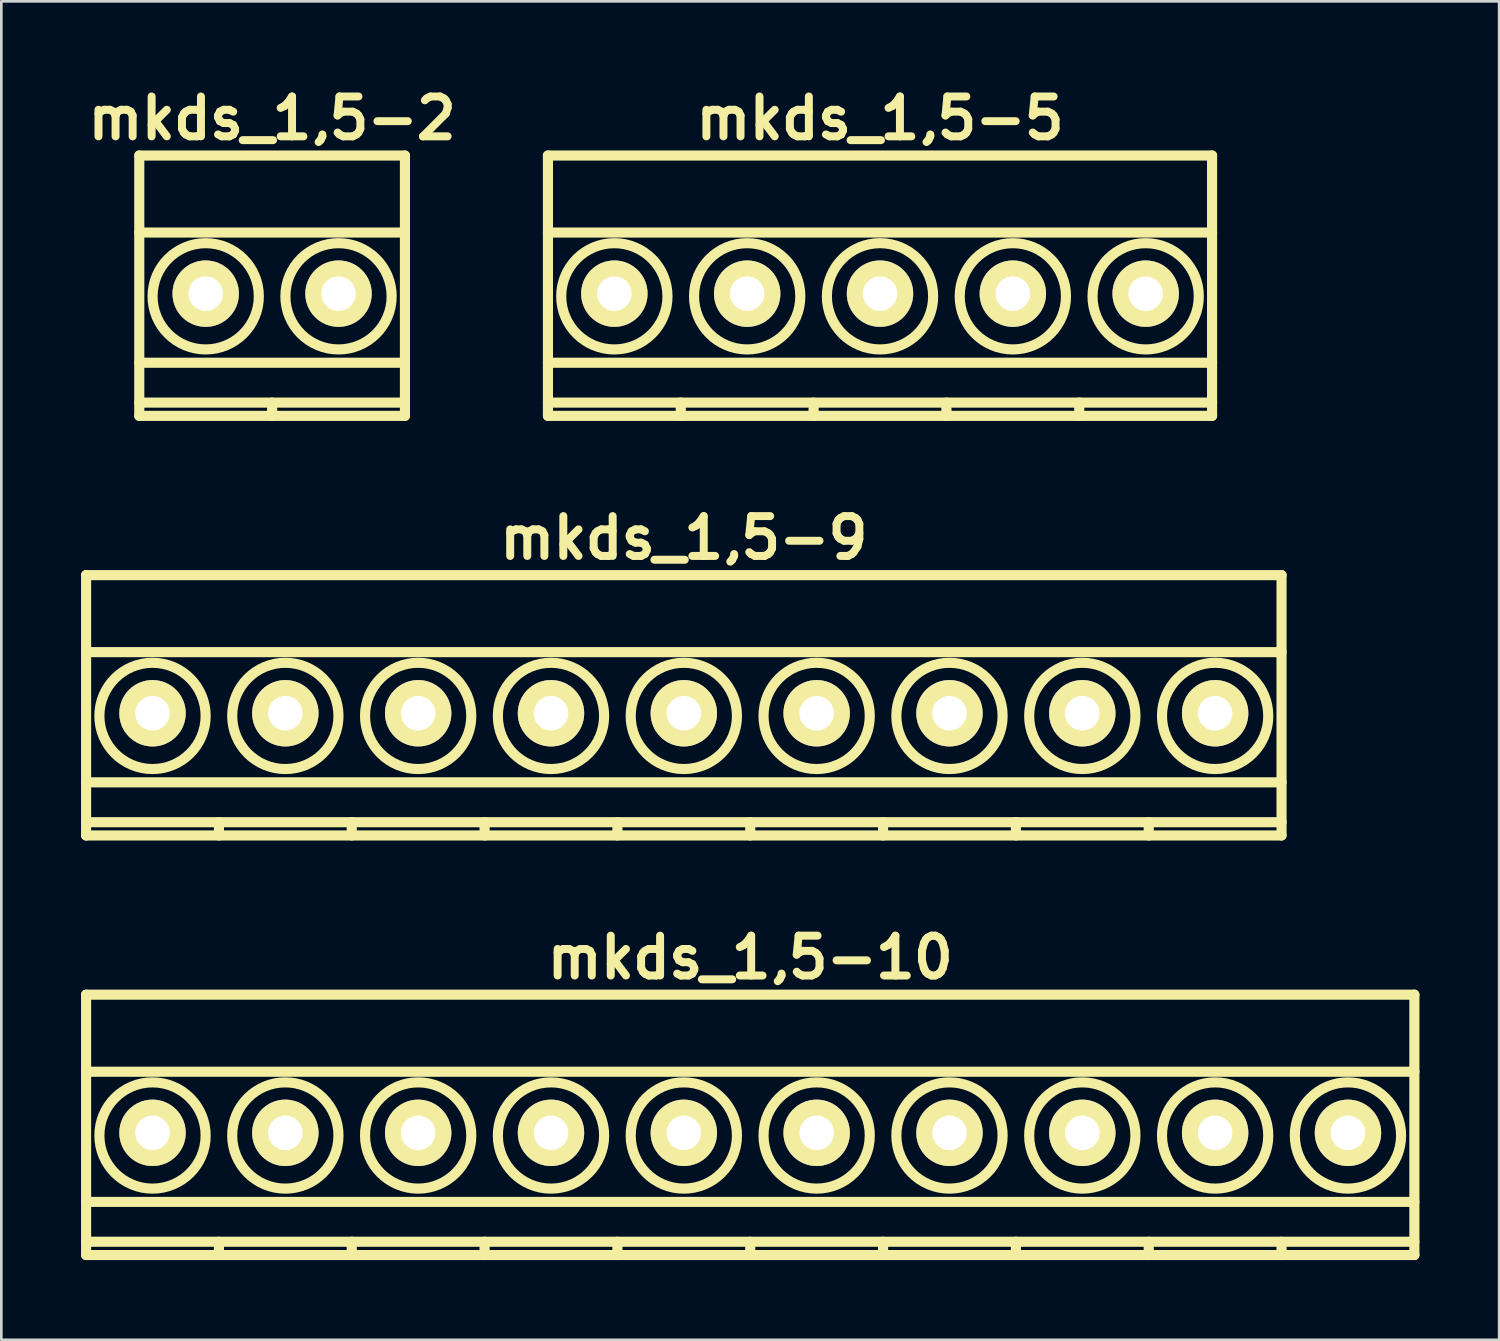
<source format=kicad_pcb>
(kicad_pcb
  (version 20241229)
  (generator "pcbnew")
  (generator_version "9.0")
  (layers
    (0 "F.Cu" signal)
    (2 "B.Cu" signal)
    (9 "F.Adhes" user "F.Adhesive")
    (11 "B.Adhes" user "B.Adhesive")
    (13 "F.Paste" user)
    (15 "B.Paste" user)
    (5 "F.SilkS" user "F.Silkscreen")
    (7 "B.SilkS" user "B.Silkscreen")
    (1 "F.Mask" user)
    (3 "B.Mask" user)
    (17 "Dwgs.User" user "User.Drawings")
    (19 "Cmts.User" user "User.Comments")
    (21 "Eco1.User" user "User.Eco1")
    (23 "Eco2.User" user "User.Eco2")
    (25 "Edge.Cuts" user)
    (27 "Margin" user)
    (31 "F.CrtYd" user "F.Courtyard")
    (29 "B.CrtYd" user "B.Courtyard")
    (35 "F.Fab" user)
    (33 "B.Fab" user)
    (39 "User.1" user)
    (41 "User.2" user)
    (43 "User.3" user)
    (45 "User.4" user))
  (footprint "mkds_1,5-9"
    (layer "F.Cu")
    (at 22.691 23.799)
    (property "Reference" "mkds_1,5-9" (at 0 -6.6 0) (layer "F.SilkS") (effects (font (size 1.5 1.5) (thickness 0.3))))
    (attr through_hole)
    (fp_line (start -22.5 -5.2) (end -22.5 4.6) (stroke (width 0.381) (type solid)) (layer "F.SilkS"))
    (fp_line (start -22.5 -2.3) (end 22.5 -2.3) (stroke (width 0.381) (type solid)) (layer "F.SilkS"))
    (fp_line (start -22.5 2.6) (end 22.5 2.6) (stroke (width 0.381) (type solid)) (layer "F.SilkS"))
    (fp_line (start -22.5 4.1) (end 22.5 4.1) (stroke (width 0.381) (type solid)) (layer "F.SilkS"))
    (fp_line (start -22.5 4.6) (end 22.5 4.6) (stroke (width 0.381) (type solid)) (layer "F.SilkS"))
    (fp_line (start -17.5 4.1) (end -17.5 4.6) (stroke (width 0.381) (type solid)) (layer "F.SilkS"))
    (fp_line (start -12.5 4.1) (end -12.5 4.6) (stroke (width 0.381) (type solid)) (layer "F.SilkS"))
    (fp_line (start -7.5 4.1) (end -7.5 4.6) (stroke (width 0.381) (type solid)) (layer "F.SilkS"))
    (fp_line (start -2.5 4.1) (end -2.5 4.6) (stroke (width 0.381) (type solid)) (layer "F.SilkS"))
    (fp_line (start 2.5 4.1) (end 2.5 4.6) (stroke (width 0.381) (type solid)) (layer "F.SilkS"))
    (fp_line (start 7.5 4.1) (end 7.5 4.6) (stroke (width 0.381) (type solid)) (layer "F.SilkS"))
    (fp_line (start 12.5 4.1) (end 12.5 4.6) (stroke (width 0.381) (type solid)) (layer "F.SilkS"))
    (fp_line (start 17.5 4.1) (end 17.5 4.6) (stroke (width 0.381) (type solid)) (layer "F.SilkS"))
    (fp_line (start 22.5 -5.2) (end -22.5 -5.2) (stroke (width 0.381) (type solid)) (layer "F.SilkS"))
    (fp_line (start 22.5 4.6) (end 22.5 -5.2) (stroke (width 0.381) (type solid)) (layer "F.SilkS"))
    (fp_circle (center -20 0.1) (end -18 0.1) (stroke (width 0.381) (type solid)) (fill no) (layer "F.SilkS"))
    (fp_circle (center -15 0.1) (end -17 0.1) (stroke (width 0.381) (type solid)) (fill no) (layer "F.SilkS"))
    (fp_circle (center -10 0.1) (end -12 0.1) (stroke (width 0.381) (type solid)) (fill no) (layer "F.SilkS"))
    (fp_circle (center -5 0.1) (end -7 0.1) (stroke (width 0.381) (type solid)) (fill no) (layer "F.SilkS"))
    (fp_circle (center 0 0.1) (end -2 0.1) (stroke (width 0.381) (type solid)) (fill no) (layer "F.SilkS"))
    (fp_circle (center 5 0.1) (end 3 0.1) (stroke (width 0.381) (type solid)) (fill no) (layer "F.SilkS"))
    (fp_circle (center 10 0.1) (end 8 0.1) (stroke (width 0.381) (type solid)) (fill no) (layer "F.SilkS"))
    (fp_circle (center 15 0.1) (end 13 0.1) (stroke (width 0.381) (type solid)) (fill no) (layer "F.SilkS"))
    (fp_circle (center 20 0.1) (end 18 0.1) (stroke (width 0.381) (type solid)) (fill no) (layer "F.SilkS"))
    (pad "1" thru_hole circle (at -20 0) (size 2.5 2.5) (drill 1.3) (layers "*.Cu" "*.Mask" "F.SilkS"))
    (pad "2" thru_hole circle (at -15 0) (size 2.5 2.5) (drill 1.3) (layers "*.Cu" "*.Mask" "F.SilkS"))
    (pad "3" thru_hole circle (at -10 0) (size 2.5 2.5) (drill 1.3) (layers "*.Cu" "*.Mask" "F.SilkS"))
    (pad "4" thru_hole circle (at -5 0) (size 2.5 2.5) (drill 1.3) (layers "*.Cu" "*.Mask" "F.SilkS"))
    (pad "5" thru_hole circle (at 0 0) (size 2.5 2.5) (drill 1.3) (layers "*.Cu" "*.Mask" "F.SilkS"))
    (pad "6" thru_hole circle (at 5 0) (size 2.5 2.5) (drill 1.3) (layers "*.Cu" "*.Mask" "F.SilkS"))
    (pad "7" thru_hole circle (at 10 0) (size 2.5 2.5) (drill 1.3) (layers "*.Cu" "*.Mask" "F.SilkS"))
    (pad "8" thru_hole circle (at 15 0) (size 2.5 2.5) (drill 1.3) (layers "*.Cu" "*.Mask" "F.SilkS"))
    (pad "9" thru_hole circle (at 20 0) (size 2.5 2.5) (drill 1.3) (layers "*.Cu" "*.Mask" "F.SilkS")))
  (footprint "mkds_1,5-5"
    (layer "F.Cu")
    (at 30.076 8.004)
    (property "Reference" "mkds_1,5-5" (at 0 -6.6 0) (layer "F.SilkS") (effects (font (size 1.5 1.5) (thickness 0.3))))
    (attr through_hole)
    (fp_line (start -12.5 -5.2) (end -12.5 4.6) (stroke (width 0.381) (type solid)) (layer "F.SilkS"))
    (fp_line (start -12.5 -2.3) (end 12.5 -2.3) (stroke (width 0.381) (type solid)) (layer "F.SilkS"))
    (fp_line (start -12.5 2.6) (end 12.5 2.6) (stroke (width 0.381) (type solid)) (layer "F.SilkS"))
    (fp_line (start -12.5 4.1) (end 12.5 4.1) (stroke (width 0.381) (type solid)) (layer "F.SilkS"))
    (fp_line (start -12.5 4.6) (end 12.5 4.6) (stroke (width 0.381) (type solid)) (layer "F.SilkS"))
    (fp_line (start -7.5 4.1) (end -7.5 4.6) (stroke (width 0.381) (type solid)) (layer "F.SilkS"))
    (fp_line (start -2.5 4.1) (end -2.5 4.6) (stroke (width 0.381) (type solid)) (layer "F.SilkS"))
    (fp_line (start 2.5 4.1) (end 2.5 4.6) (stroke (width 0.381) (type solid)) (layer "F.SilkS"))
    (fp_line (start 7.5 4.1) (end 7.5 4.6) (stroke (width 0.381) (type solid)) (layer "F.SilkS"))
    (fp_line (start 12.5 -5.2) (end -12.5 -5.2) (stroke (width 0.381) (type solid)) (layer "F.SilkS"))
    (fp_line (start 12.5 4.6) (end 12.5 -5.2) (stroke (width 0.381) (type solid)) (layer "F.SilkS"))
    (fp_circle (center -10 0.1) (end -8 0.1) (stroke (width 0.381) (type solid)) (fill no) (layer "F.SilkS"))
    (fp_circle (center -5 0.1) (end -7 0.1) (stroke (width 0.381) (type solid)) (fill no) (layer "F.SilkS"))
    (fp_circle (center 0 0.1) (end -2 0.1) (stroke (width 0.381) (type solid)) (fill no) (layer "F.SilkS"))
    (fp_circle (center 5 0.1) (end 3 0.1) (stroke (width 0.381) (type solid)) (fill no) (layer "F.SilkS"))
    (fp_circle (center 10 0.1) (end 8 0.1) (stroke (width 0.381) (type solid)) (fill no) (layer "F.SilkS"))
    (pad "1" thru_hole circle (at -10 0) (size 2.5 2.5) (drill 1.3) (layers "*.Cu" "*.Mask" "F.SilkS"))
    (pad "2" thru_hole circle (at -5 0) (size 2.5 2.5) (drill 1.3) (layers "*.Cu" "*.Mask" "F.SilkS"))
    (pad "3" thru_hole circle (at 0 0) (size 2.5 2.5) (drill 1.3) (layers "*.Cu" "*.Mask" "F.SilkS"))
    (pad "4" thru_hole circle (at 5 0) (size 2.5 2.5) (drill 1.3) (layers "*.Cu" "*.Mask" "F.SilkS"))
    (pad "5" thru_hole circle (at 10 0) (size 2.5 2.5) (drill 1.3) (layers "*.Cu" "*.Mask" "F.SilkS")))
  (footprint "mkds_1,5-10"
    (layer "F.Cu")
    (at 25.191 39.593)
    (property "Reference" "mkds_1,5-10" (at 0 -6.6 0) (layer "F.SilkS") (effects (font (size 1.5 1.5) (thickness 0.3))))
    (attr through_hole)
    (fp_line (start -25 -5.2) (end -25 4.6) (stroke (width 0.381) (type solid)) (layer "F.SilkS"))
    (fp_line (start -25 -2.3) (end 25 -2.3) (stroke (width 0.381) (type solid)) (layer "F.SilkS"))
    (fp_line (start -25 2.6) (end 25 2.6) (stroke (width 0.381) (type solid)) (layer "F.SilkS"))
    (fp_line (start -25 4.1) (end 25 4.1) (stroke (width 0.381) (type solid)) (layer "F.SilkS"))
    (fp_line (start -25 4.6) (end 25 4.6) (stroke (width 0.381) (type solid)) (layer "F.SilkS"))
    (fp_line (start -20 4.1) (end -20 4.6) (stroke (width 0.381) (type solid)) (layer "F.SilkS"))
    (fp_line (start -15 4.1) (end -15 4.6) (stroke (width 0.381) (type solid)) (layer "F.SilkS"))
    (fp_line (start -10 4.1) (end -10 4.6) (stroke (width 0.381) (type solid)) (layer "F.SilkS"))
    (fp_line (start -5 4.1) (end -5 4.6) (stroke (width 0.381) (type solid)) (layer "F.SilkS"))
    (fp_line (start 0 4.1) (end 0 4.6) (stroke (width 0.381) (type solid)) (layer "F.SilkS"))
    (fp_line (start 5 4.1) (end 5 4.6) (stroke (width 0.381) (type solid)) (layer "F.SilkS"))
    (fp_line (start 10 4.1) (end 10 4.6) (stroke (width 0.381) (type solid)) (layer "F.SilkS"))
    (fp_line (start 15 4.1) (end 15 4.6) (stroke (width 0.381) (type solid)) (layer "F.SilkS"))
    (fp_line (start 20 4.1) (end 20 4.6) (stroke (width 0.381) (type solid)) (layer "F.SilkS"))
    (fp_line (start 25 -5.2) (end -25 -5.2) (stroke (width 0.381) (type solid)) (layer "F.SilkS"))
    (fp_line (start 25 4.6) (end 25 -5.2) (stroke (width 0.381) (type solid)) (layer "F.SilkS"))
    (fp_circle (center -22.5 0.1) (end -20.5 0.1) (stroke (width 0.381) (type solid)) (fill no) (layer "F.SilkS"))
    (fp_circle (center -17.5 0.1) (end -19.5 0.1) (stroke (width 0.381) (type solid)) (fill no) (layer "F.SilkS"))
    (fp_circle (center -12.5 0.1) (end -14.5 0.1) (stroke (width 0.381) (type solid)) (fill no) (layer "F.SilkS"))
    (fp_circle (center -7.5 0.1) (end -9.5 0.1) (stroke (width 0.381) (type solid)) (fill no) (layer "F.SilkS"))
    (fp_circle (center -2.5 0.1) (end -4.5 0.1) (stroke (width 0.381) (type solid)) (fill no) (layer "F.SilkS"))
    (fp_circle (center 2.5 0.1) (end 0.5 0.1) (stroke (width 0.381) (type solid)) (fill no) (layer "F.SilkS"))
    (fp_circle (center 7.5 0.1) (end 5.5 0.1) (stroke (width 0.381) (type solid)) (fill no) (layer "F.SilkS"))
    (fp_circle (center 12.5 0.1) (end 10.5 0.1) (stroke (width 0.381) (type solid)) (fill no) (layer "F.SilkS"))
    (fp_circle (center 17.5 0.1) (end 15.5 0.1) (stroke (width 0.381) (type solid)) (fill no) (layer "F.SilkS"))
    (fp_circle (center 22.5 0.1) (end 20.5 0.1) (stroke (width 0.381) (type solid)) (fill no) (layer "F.SilkS"))
    (pad "1" thru_hole circle (at -22.5 0) (size 2.5 2.5) (drill 1.3) (layers "*.Cu" "*.Mask" "F.SilkS"))
    (pad "2" thru_hole circle (at -17.5 0) (size 2.5 2.5) (drill 1.3) (layers "*.Cu" "*.Mask" "F.SilkS"))
    (pad "3" thru_hole circle (at -12.5 0) (size 2.5 2.5) (drill 1.3) (layers "*.Cu" "*.Mask" "F.SilkS"))
    (pad "4" thru_hole circle (at -7.5 0) (size 2.5 2.5) (drill 1.3) (layers "*.Cu" "*.Mask" "F.SilkS"))
    (pad "5" thru_hole circle (at -2.5 0) (size 2.5 2.5) (drill 1.3) (layers "*.Cu" "*.Mask" "F.SilkS"))
    (pad "6" thru_hole circle (at 2.5 0) (size 2.5 2.5) (drill 1.3) (layers "*.Cu" "*.Mask" "F.SilkS"))
    (pad "7" thru_hole circle (at 7.5 0) (size 2.5 2.5) (drill 1.3) (layers "*.Cu" "*.Mask" "F.SilkS"))
    (pad "8" thru_hole circle (at 12.5 0) (size 2.5 2.5) (drill 1.3) (layers "*.Cu" "*.Mask" "F.SilkS"))
    (pad "9" thru_hole circle (at 17.5 0) (size 2.5 2.5) (drill 1.3) (layers "*.Cu" "*.Mask" "F.SilkS"))
    (pad "10" thru_hole circle (at 22.5 0) (size 2.5 2.5) (drill 1.3) (layers "*.Cu" "*.Mask" "F.SilkS")))
  (footprint "mkds_1,5-2"
    (layer "F.Cu")
    (at 7.193 8.004)
    (property "Reference" "mkds_1,5-2" (at 0 -6.6 0) (layer "F.SilkS") (effects (font (size 1.5 1.5) (thickness 0.3))))
    (attr through_hole)
    (fp_line (start -5 -5.2) (end -5 4.6) (stroke (width 0.381) (type solid)) (layer "F.SilkS"))
    (fp_line (start -5 -2.3) (end 5 -2.3) (stroke (width 0.381) (type solid)) (layer "F.SilkS"))
    (fp_line (start -5 2.6) (end 5 2.6) (stroke (width 0.381) (type solid)) (layer "F.SilkS"))
    (fp_line (start -5 4.1) (end 5 4.1) (stroke (width 0.381) (type solid)) (layer "F.SilkS"))
    (fp_line (start -5 4.6) (end 5 4.6) (stroke (width 0.381) (type solid)) (layer "F.SilkS"))
    (fp_line (start 0 4.1) (end 0 4.6) (stroke (width 0.381) (type solid)) (layer "F.SilkS"))
    (fp_line (start 5 -5.2) (end -5 -5.2) (stroke (width 0.381) (type solid)) (layer "F.SilkS"))
    (fp_line (start 5 4.6) (end 5 -5.2) (stroke (width 0.381) (type solid)) (layer "F.SilkS"))
    (fp_circle (center -2.5 0.1) (end -0.5 0.1) (stroke (width 0.381) (type solid)) (fill no) (layer "F.SilkS"))
    (fp_circle (center 2.5 0.1) (end 0.5 0.1) (stroke (width 0.381) (type solid)) (fill no) (layer "F.SilkS"))
    (pad "1" thru_hole circle (at -2.5 0) (size 2.5 2.5) (drill 1.3) (layers "*.Cu" "*.Mask" "F.SilkS"))
    (pad "2" thru_hole circle (at 2.5 0) (size 2.5 2.5) (drill 1.3) (layers "*.Cu" "*.Mask" "F.SilkS")))
  (gr_rect
    (start -3 -3)
    (end 53.381 47.383)
    (stroke (width 0.1) (type default))
    (fill no)
    (layer "Edge.Cuts")))
</source>
